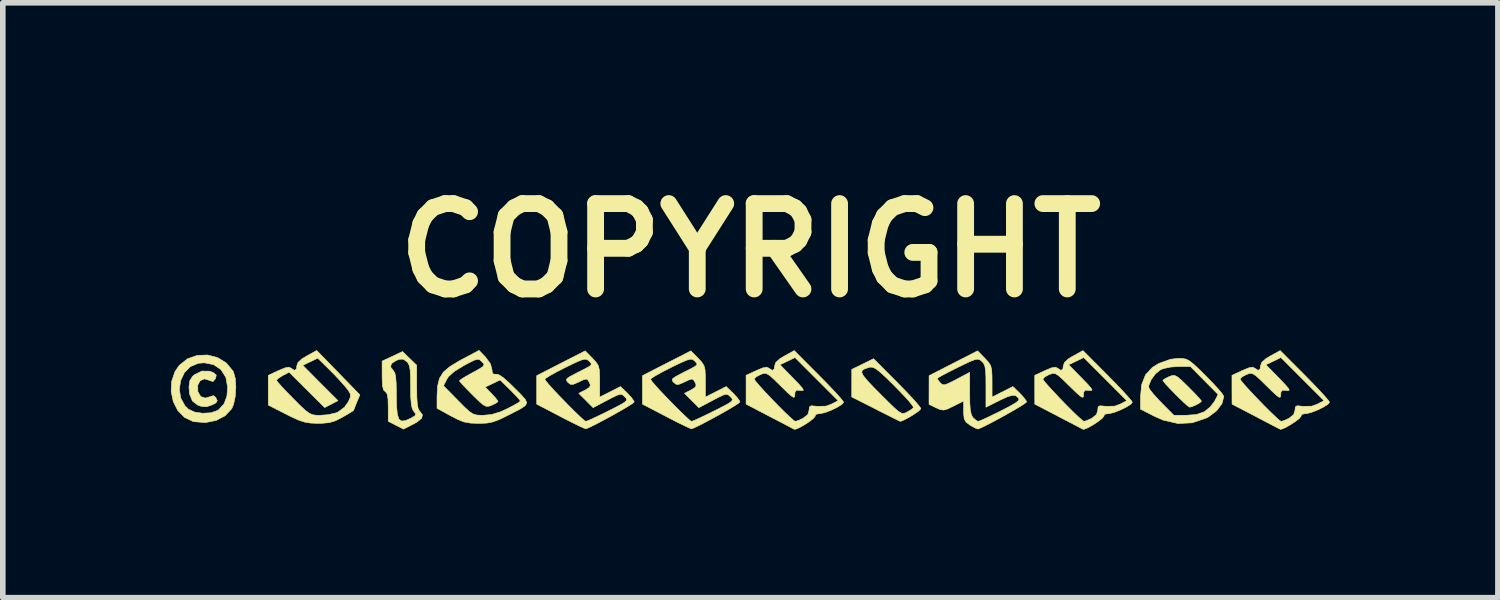
<source format=kicad_pcb>
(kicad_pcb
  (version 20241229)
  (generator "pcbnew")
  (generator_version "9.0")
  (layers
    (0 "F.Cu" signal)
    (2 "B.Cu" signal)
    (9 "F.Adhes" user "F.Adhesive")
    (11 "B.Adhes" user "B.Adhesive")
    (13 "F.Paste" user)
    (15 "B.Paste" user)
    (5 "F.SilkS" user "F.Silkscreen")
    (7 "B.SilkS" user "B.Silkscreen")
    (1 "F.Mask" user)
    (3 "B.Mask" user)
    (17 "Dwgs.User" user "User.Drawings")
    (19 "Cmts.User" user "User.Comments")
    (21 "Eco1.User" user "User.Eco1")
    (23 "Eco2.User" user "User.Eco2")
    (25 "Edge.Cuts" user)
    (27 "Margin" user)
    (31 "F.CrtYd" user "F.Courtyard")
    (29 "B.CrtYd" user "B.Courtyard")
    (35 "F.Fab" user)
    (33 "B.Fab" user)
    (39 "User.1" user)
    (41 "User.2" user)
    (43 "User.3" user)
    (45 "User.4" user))
  (footprint "COPYRIGHT"
    (layer "F.Cu")
    (at 10.338 3.818)
    (property "Reference" "COPYRIGHT" (at 0 -2.4 0) (layer "F.SilkS") (effects (font (size 1.524 1.524) (thickness 0.3))))
    (attr through_hole)
    (fp_poly (pts (xy 7.629 -0.14) (xy 7.701 -0.079) (xy 7.807 0.024) (xy 7.822 0.039) (xy 7.925 0.143) (xy 8.005 0.228) (xy 8.05 0.282) (xy 8.055 0.292) (xy 8.026 0.321) (xy 7.96 0.358) (xy 7.887 0.389) (xy 7.844 0.399) (xy 7.808 0.375) (xy 7.735 0.31) (xy 7.638 0.217) (xy 7.592 0.171) (xy 7.491 0.067) (xy 7.413 -0.017) (xy 7.371 -0.069) (xy 7.366 -0.078) (xy 7.396 -0.105) (xy 7.469 -0.142) (xy 7.477 -0.146) (xy 7.532 -0.166) (xy 7.578 -0.167) (xy 7.629 -0.14)) (stroke (width 0.01) (type solid)) (fill yes) (layer "F.SilkS"))
    (fp_poly (pts (xy -9.643 -0.243) (xy -9.577 -0.216) (xy -9.528 -0.173) (xy -9.542 -0.112) (xy -9.544 -0.108) (xy -9.585 -0.059) (xy -9.64 -0.073) (xy -9.648 -0.079) (xy -9.741 -0.106) (xy -9.816 -0.073) (xy -9.859 0.006) (xy -9.857 0.118) (xy -9.856 0.123) (xy -9.805 0.211) (xy -9.722 0.237) (xy -9.645 0.214) (xy -9.578 0.193) (xy -9.539 0.223) (xy -9.511 0.282) (xy -9.533 0.322) (xy -9.599 0.357) (xy -9.702 0.392) (xy -9.793 0.385) (xy -9.858 0.363) (xy -9.954 0.289) (xy -10.005 0.162) (xy -10.015 0.041) (xy -10.001 -0.073) (xy -9.951 -0.151) (xy -9.919 -0.179) (xy -9.785 -0.245) (xy -9.643 -0.243)) (stroke (width 0.01) (type solid)) (fill yes) (layer "F.SilkS"))
    (fp_poly (pts (xy -9.505 -0.486) (xy -9.349 -0.39) (xy -9.23 -0.246) (xy -9.221 -0.229) (xy -9.189 -0.115) (xy -9.179 0.039) (xy -9.189 0.203) (xy -9.219 0.348) (xy -9.251 0.425) (xy -9.369 0.551) (xy -9.532 0.636) (xy -9.722 0.674) (xy -9.924 0.658) (xy -9.942 0.654) (xy -10.096 0.581) (xy -10.215 0.459) (xy -10.295 0.301) (xy -10.333 0.122) (xy -10.331 0.079) (xy -10.187 0.079) (xy -10.163 0.234) (xy -10.089 0.372) (xy -10.025 0.435) (xy -9.914 0.487) (xy -9.77 0.508) (xy -9.624 0.499) (xy -9.506 0.459) (xy -9.484 0.444) (xy -9.388 0.338) (xy -9.338 0.202) (xy -9.325 0.044) (xy -9.357 -0.133) (xy -9.443 -0.27) (xy -9.575 -0.36) (xy -9.741 -0.393) (xy -9.85 -0.384) (xy -9.992 -0.324) (xy -10.098 -0.216) (xy -10.164 -0.076) (xy -10.187 0.079) (xy -10.331 0.079) (xy -10.324 -0.062) (xy -10.265 -0.236) (xy -10.189 -0.347) (xy -10.042 -0.464) (xy -9.868 -0.525) (xy -9.684 -0.532) (xy -9.505 -0.486)) (stroke (width 0.01) (type solid)) (fill yes) (layer "F.SilkS"))
    (fp_poly (pts (xy 2.625 -0.042) (xy 2.767 0.103) (xy 2.888 0.231) (xy 2.981 0.335) (xy 3.036 0.404) (xy 3.048 0.426) (xy 3.019 0.459) (xy 2.948 0.511) (xy 2.855 0.569) (xy 2.764 0.619) (xy 2.696 0.649) (xy 2.677 0.651) (xy 2.643 0.635) (xy 2.556 0.592) (xy 2.43 0.529) (xy 2.275 0.451) (xy 2.241 0.433) (xy 1.814 0.217) (xy 1.814 -0.223) (xy 1.991 -0.223) (xy 2.019 -0.164) (xy 2.089 -0.078) (xy 2.205 0.045) (xy 2.319 0.16) (xy 2.466 0.307) (xy 2.571 0.408) (xy 2.644 0.472) (xy 2.696 0.504) (xy 2.735 0.512) (xy 2.772 0.501) (xy 2.798 0.488) (xy 2.875 0.442) (xy 2.917 0.406) (xy 2.899 0.371) (xy 2.838 0.295) (xy 2.743 0.19) (xy 2.621 0.064) (xy 2.578 0.02) (xy 2.431 -0.125) (xy 2.324 -0.224) (xy 2.247 -0.284) (xy 2.192 -0.312) (xy 2.148 -0.316) (xy 2.135 -0.314) (xy 2.053 -0.289) (xy 2.004 -0.261) (xy 1.991 -0.223) (xy 1.814 -0.223) (xy 1.814 -0.275) (xy 2.008 -0.37) (xy 2.203 -0.466) (xy 2.625 -0.042)) (stroke (width 0.01) (type solid)) (fill yes) (layer "F.SilkS"))
    (fp_poly (pts (xy 7.719 -0.47) (xy 7.78 -0.458) (xy 7.84 -0.428) (xy 7.912 -0.371) (xy 8.011 -0.279) (xy 8.136 -0.155) (xy 8.258 -0.03) (xy 8.359 0.079) (xy 8.427 0.162) (xy 8.454 0.206) (xy 8.455 0.207) (xy 8.421 0.337) (xy 8.326 0.463) (xy 8.184 0.571) (xy 8.141 0.593) (xy 7.892 0.678) (xy 7.637 0.691) (xy 7.375 0.631) (xy 7.212 0.56) (xy 6.967 0.434) (xy 6.967 0.216) (xy 6.984 0.043) (xy 7.112 0.043) (xy 7.136 0.088) (xy 7.201 0.169) (xy 7.294 0.271) (xy 7.338 0.317) (xy 7.563 0.544) (xy 7.782 0.544) (xy 7.965 0.53) (xy 8.099 0.484) (xy 8.117 0.473) (xy 8.215 0.392) (xy 8.291 0.291) (xy 8.293 0.287) (xy 8.352 0.172) (xy 7.858 -0.327) (xy 7.646 -0.327) (xy 7.506 -0.317) (xy 7.381 -0.291) (xy 7.329 -0.272) (xy 7.236 -0.198) (xy 7.158 -0.093) (xy 7.115 0.013) (xy 7.112 0.043) (xy 6.984 0.043) (xy 6.989 -0.006) (xy 7.057 -0.178) (xy 7.178 -0.309) (xy 7.293 -0.381) (xy 7.507 -0.457) (xy 7.645 -0.472) (xy 7.719 -0.47)) (stroke (width 0.01) (type solid)) (fill yes) (layer "F.SilkS"))
    (fp_poly (pts (xy -5.951 -0.349) (xy -5.951 0.039) (xy -5.948 0.225) (xy -5.94 0.35) (xy -5.924 0.427) (xy -5.899 0.469) (xy -5.896 0.472) (xy -5.848 0.535) (xy -5.863 0.598) (xy -5.946 0.665) (xy -6.015 0.703) (xy -6.187 0.791) (xy -6.323 0.721) (xy -6.459 0.651) (xy -6.459 0.397) (xy -6.463 0.252) (xy -6.478 0.166) (xy -6.505 0.126) (xy -6.513 0.122) (xy -6.543 0.091) (xy -6.561 0.019) (xy -6.567 -0.108) (xy -6.568 -0.161) (xy -6.568 -0.318) (xy -6.417 -0.318) (xy -6.368 -0.254) (xy -6.342 -0.215) (xy -6.326 -0.142) (xy -6.317 -0.022) (xy -6.314 0.158) (xy -6.314 0.179) (xy -6.31 0.386) (xy -6.296 0.528) (xy -6.268 0.613) (xy -6.22 0.647) (xy -6.148 0.638) (xy -6.055 0.596) (xy -5.983 0.554) (xy -5.969 0.521) (xy -6.002 0.475) (xy -6.03 0.428) (xy -6.047 0.349) (xy -6.057 0.226) (xy -6.06 0.046) (xy -6.06 0.03) (xy -6.061 -0.145) (xy -6.068 -0.263) (xy -6.081 -0.338) (xy -6.104 -0.387) (xy -6.131 -0.416) (xy -6.192 -0.458) (xy -6.257 -0.456) (xy -6.313 -0.436) (xy -6.401 -0.38) (xy -6.417 -0.318) (xy -6.568 -0.318) (xy -6.568 -0.423) (xy -6.386 -0.508) (xy -6.204 -0.594) (xy -5.951 -0.349)) (stroke (width 0.01) (type solid)) (fill yes) (layer "F.SilkS"))
    (fp_poly (pts (xy -7.35 -0.217) (xy -6.965 0.179) (xy -7.02 0.311) (xy -7.055 0.398) (xy -7.074 0.449) (xy -7.076 0.455) (xy -7.105 0.476) (xy -7.18 0.522) (xy -7.275 0.577) (xy -7.402 0.642) (xy -7.512 0.675) (xy -7.642 0.687) (xy -7.719 0.688) (xy -7.845 0.683) (xy -7.949 0.666) (xy -8.057 0.631) (xy -8.191 0.57) (xy -8.282 0.524) (xy -8.6 0.362) (xy -8.6 -0.081) (xy -8.455 -0.081) (xy -8.43 -0.047) (xy -8.365 0.027) (xy -8.268 0.13) (xy -8.156 0.244) (xy -8.028 0.372) (xy -7.937 0.457) (xy -7.868 0.508) (xy -7.809 0.534) (xy -7.743 0.543) (xy -7.667 0.544) (xy -7.529 0.533) (xy -7.399 0.503) (xy -7.354 0.485) (xy -7.239 0.399) (xy -7.17 0.301) (xy -7.136 0.222) (xy -7.134 0.167) (xy -7.168 0.105) (xy -7.217 0.042) (xy -7.299 -0.052) (xy -7.409 -0.17) (xy -7.521 -0.283) (xy -7.717 -0.476) (xy -7.985 -0.348) (xy -7.671 -0.032) (xy -7.356 0.283) (xy -7.475 0.345) (xy -7.593 0.406) (xy -7.91 0.091) (xy -8.227 -0.225) (xy -8.341 -0.166) (xy -8.416 -0.12) (xy -8.454 -0.085) (xy -8.455 -0.081) (xy -8.6 -0.081) (xy -8.6 -0.169) (xy -8.418 -0.254) (xy -8.302 -0.302) (xy -8.232 -0.315) (xy -8.193 -0.297) (xy -8.132 -0.257) (xy -8.098 -0.283) (xy -8.091 -0.336) (xy -8.069 -0.4) (xy -7.996 -0.465) (xy -7.913 -0.515) (xy -7.736 -0.613) (xy -7.35 -0.217)) (stroke (width 0.01) (type solid)) (fill yes) (layer "F.SilkS"))
    (fp_poly (pts (xy 4.189 -0.474) (xy 4.254 -0.403) (xy 4.293 -0.343) (xy 4.311 -0.269) (xy 4.317 -0.16) (xy 4.318 -0.061) (xy 4.318 0.219) (xy 4.69 0.031) (xy 4.812 0.149) (xy 4.885 0.228) (xy 4.929 0.289) (xy 4.934 0.306) (xy 4.904 0.332) (xy 4.824 0.384) (xy 4.708 0.453) (xy 4.57 0.531) (xy 4.424 0.612) (xy 4.285 0.686) (xy 4.166 0.746) (xy 4.083 0.784) (xy 4.07 0.789) (xy 4.027 0.776) (xy 3.95 0.735) (xy 3.928 0.722) (xy 3.856 0.668) (xy 3.821 0.609) (xy 3.811 0.517) (xy 3.81 0.468) (xy 3.81 0.289) (xy 3.63 0.38) (xy 3.524 0.431) (xy 3.455 0.451) (xy 3.395 0.443) (xy 3.321 0.411) (xy 3.193 0.349) (xy 3.194 -0.113) (xy 3.338 -0.113) (xy 3.36 -0.076) (xy 3.394 -0.035) (xy 3.427 -0.006) (xy 3.468 0.000292) (xy 3.531 -0.021) (xy 3.635 -0.072) (xy 3.684 -0.098) (xy 3.919 -0.223) (xy 3.919 0.149) (xy 3.921 0.33) (xy 3.93 0.453) (xy 3.948 0.532) (xy 3.975 0.582) (xy 3.979 0.587) (xy 4.037 0.638) (xy 4.07 0.653) (xy 4.114 0.638) (xy 4.207 0.596) (xy 4.336 0.534) (xy 4.467 0.47) (xy 4.626 0.388) (xy 4.729 0.329) (xy 4.783 0.288) (xy 4.798 0.256) (xy 4.788 0.234) (xy 4.743 0.195) (xy 4.685 0.187) (xy 4.599 0.21) (xy 4.47 0.269) (xy 4.426 0.291) (xy 4.209 0.4) (xy 4.209 0.024) (xy 4.208 -0.149) (xy 4.201 -0.265) (xy 4.188 -0.339) (xy 4.164 -0.388) (xy 4.135 -0.419) (xy 4.1 -0.446) (xy 4.064 -0.458) (xy 4.012 -0.45) (xy 3.932 -0.419) (xy 3.808 -0.361) (xy 3.7 -0.308) (xy 3.555 -0.235) (xy 3.438 -0.174) (xy 3.361 -0.13) (xy 3.338 -0.113) (xy 3.194 -0.113) (xy 3.194 -0.163) (xy 3.627 -0.385) (xy 4.06 -0.606) (xy 4.189 -0.474)) (stroke (width 0.01) (type solid)) (fill yes) (layer "F.SilkS"))
    (fp_poly (pts (xy 1.228 -0.169) (xy 1.373 -0.022) (xy 1.497 0.109) (xy 1.594 0.215) (xy 1.653 0.286) (xy 1.669 0.312) (xy 1.638 0.349) (xy 1.56 0.398) (xy 1.456 0.449) (xy 1.35 0.491) (xy 1.261 0.514) (xy 1.228 0.515) (xy 1.171 0.528) (xy 1.161 0.56) (xy 1.132 0.597) (xy 1.061 0.654) (xy 0.968 0.715) (xy 0.877 0.766) (xy 0.809 0.793) (xy 0.79 0.794) (xy 0.756 0.777) (xy 0.67 0.732) (xy 0.544 0.666) (xy 0.39 0.586) (xy 0.354 0.567) (xy -0.072 0.345) (xy -0.072 0.088) (xy -0.072 -0.102) (xy 0.073 -0.102) (xy 0.097 -0.064) (xy 0.162 0.012) (xy 0.256 0.116) (xy 0.368 0.235) (xy 0.488 0.358) (xy 0.602 0.473) (xy 0.701 0.568) (xy 0.773 0.632) (xy 0.806 0.653) (xy 0.858 0.638) (xy 0.94 0.6) (xy 0.945 0.598) (xy 1.03 0.53) (xy 1.052 0.452) (xy 1.058 0.395) (xy 1.09 0.374) (xy 1.169 0.381) (xy 1.192 0.384) (xy 1.354 0.381) (xy 1.451 0.345) (xy 1.571 0.283) (xy 0.801 -0.487) (xy 0.667 -0.422) (xy 0.533 -0.358) (xy 0.765 -0.121) (xy 0.872 -0.01) (xy 0.932 0.059) (xy 0.951 0.094) (xy 0.933 0.104) (xy 0.898 0.1) (xy 0.826 0.096) (xy 0.801 0.132) (xy 0.798 0.176) (xy 0.794 0.215) (xy 0.776 0.224) (xy 0.734 0.198) (xy 0.66 0.131) (xy 0.547 0.021) (xy 0.431 -0.093) (xy 0.352 -0.164) (xy 0.297 -0.198) (xy 0.252 -0.205) (xy 0.203 -0.19) (xy 0.184 -0.183) (xy 0.108 -0.142) (xy 0.073 -0.105) (xy 0.073 -0.102) (xy -0.072 -0.102) (xy -0.073 -0.169) (xy 0.11 -0.254) (xy 0.225 -0.302) (xy 0.295 -0.315) (xy 0.335 -0.297) (xy 0.396 -0.257) (xy 0.429 -0.283) (xy 0.436 -0.336) (xy 0.458 -0.4) (xy 0.532 -0.466) (xy 0.612 -0.514) (xy 0.787 -0.611) (xy 1.228 -0.169)) (stroke (width 0.01) (type solid)) (fill yes) (layer "F.SilkS"))
    (fp_poly (pts (xy 9.901 -0.169) (xy 10.045 -0.022) (xy 10.17 0.109) (xy 10.266 0.215) (xy 10.326 0.286) (xy 10.341 0.312) (xy 10.31 0.349) (xy 10.232 0.398) (xy 10.129 0.449) (xy 10.022 0.491) (xy 9.934 0.514) (xy 9.9 0.515) (xy 9.844 0.528) (xy 9.833 0.56) (xy 9.805 0.597) (xy 9.733 0.654) (xy 9.64 0.715) (xy 9.549 0.766) (xy 9.481 0.793) (xy 9.463 0.794) (xy 9.429 0.777) (xy 9.342 0.732) (xy 9.216 0.666) (xy 9.062 0.586) (xy 9.027 0.567) (xy 8.601 0.345) (xy 8.6 0.088) (xy 8.6 -0.102) (xy 8.745 -0.102) (xy 8.769 -0.064) (xy 8.834 0.012) (xy 8.928 0.116) (xy 9.041 0.235) (xy 9.16 0.358) (xy 9.275 0.473) (xy 9.374 0.568) (xy 9.445 0.632) (xy 9.478 0.653) (xy 9.53 0.638) (xy 9.612 0.6) (xy 9.618 0.598) (xy 9.702 0.53) (xy 9.725 0.452) (xy 9.731 0.395) (xy 9.763 0.374) (xy 9.841 0.381) (xy 9.864 0.384) (xy 10.026 0.381) (xy 10.123 0.345) (xy 10.243 0.283) (xy 9.473 -0.487) (xy 9.339 -0.422) (xy 9.205 -0.358) (xy 9.438 -0.121) (xy 9.544 -0.01) (xy 9.604 0.059) (xy 9.623 0.094) (xy 9.605 0.104) (xy 9.57 0.1) (xy 9.498 0.096) (xy 9.473 0.132) (xy 9.471 0.176) (xy 9.466 0.215) (xy 9.448 0.224) (xy 9.406 0.198) (xy 9.332 0.131) (xy 9.219 0.021) (xy 9.103 -0.093) (xy 9.024 -0.164) (xy 8.969 -0.198) (xy 8.924 -0.205) (xy 8.876 -0.19) (xy 8.856 -0.183) (xy 8.78 -0.142) (xy 8.745 -0.105) (xy 8.745 -0.102) (xy 8.6 -0.102) (xy 8.6 -0.169) (xy 8.782 -0.254) (xy 8.897 -0.302) (xy 8.967 -0.315) (xy 9.007 -0.297) (xy 9.068 -0.257) (xy 9.102 -0.283) (xy 9.108 -0.336) (xy 9.131 -0.4) (xy 9.204 -0.466) (xy 9.284 -0.514) (xy 9.46 -0.611) (xy 9.901 -0.169)) (stroke (width 0.01) (type solid)) (fill yes) (layer "F.SilkS"))
    (fp_poly (pts (xy 6.381 -0.169) (xy 6.525 -0.022) (xy 6.65 0.109) (xy 6.746 0.215) (xy 6.806 0.286) (xy 6.822 0.312) (xy 6.791 0.349) (xy 6.713 0.398) (xy 6.609 0.449) (xy 6.502 0.491) (xy 6.414 0.514) (xy 6.38 0.515) (xy 6.324 0.528) (xy 6.314 0.56) (xy 6.285 0.597) (xy 6.213 0.654) (xy 6.121 0.715) (xy 6.029 0.766) (xy 5.961 0.793) (xy 5.943 0.794) (xy 5.909 0.777) (xy 5.823 0.732) (xy 5.697 0.666) (xy 5.543 0.586) (xy 5.507 0.567) (xy 5.081 0.345) (xy 5.08 0.088) (xy 5.08 -0.102) (xy 5.225 -0.102) (xy 5.249 -0.064) (xy 5.314 0.012) (xy 5.409 0.116) (xy 5.521 0.235) (xy 5.64 0.358) (xy 5.755 0.473) (xy 5.854 0.568) (xy 5.926 0.632) (xy 5.958 0.653) (xy 6.01 0.638) (xy 6.093 0.6) (xy 6.098 0.598) (xy 6.182 0.53) (xy 6.205 0.452) (xy 6.211 0.395) (xy 6.243 0.374) (xy 6.321 0.381) (xy 6.345 0.384) (xy 6.506 0.381) (xy 6.604 0.345) (xy 6.723 0.283) (xy 6.339 -0.102) (xy 5.954 -0.487) (xy 5.819 -0.422) (xy 5.685 -0.358) (xy 5.918 -0.121) (xy 6.025 -0.01) (xy 6.085 0.059) (xy 6.103 0.094) (xy 6.085 0.104) (xy 6.051 0.1) (xy 5.979 0.096) (xy 5.953 0.132) (xy 5.951 0.176) (xy 5.947 0.215) (xy 5.928 0.224) (xy 5.887 0.198) (xy 5.813 0.131) (xy 5.699 0.021) (xy 5.583 -0.093) (xy 5.505 -0.164) (xy 5.45 -0.198) (xy 5.405 -0.205) (xy 5.356 -0.19) (xy 5.337 -0.183) (xy 5.261 -0.142) (xy 5.225 -0.105) (xy 5.225 -0.102) (xy 5.08 -0.102) (xy 5.08 -0.169) (xy 5.262 -0.254) (xy 5.377 -0.302) (xy 5.448 -0.315) (xy 5.487 -0.297) (xy 5.548 -0.257) (xy 5.582 -0.283) (xy 5.589 -0.336) (xy 5.611 -0.4) (xy 5.684 -0.466) (xy 5.764 -0.514) (xy 5.94 -0.611) (xy 6.381 -0.169)) (stroke (width 0.01) (type solid)) (fill yes) (layer "F.SilkS"))
    (fp_poly (pts (xy -2.814 -0.474) (xy -2.749 -0.403) (xy -2.71 -0.343) (xy -2.692 -0.269) (xy -2.686 -0.16) (xy -2.685 -0.061) (xy -2.685 0.219) (xy -2.313 0.031) (xy -2.191 0.149) (xy -2.118 0.228) (xy -2.075 0.289) (xy -2.069 0.306) (xy -2.099 0.333) (xy -2.179 0.384) (xy -2.295 0.453) (xy -2.433 0.531) (xy -2.577 0.61) (xy -2.715 0.683) (xy -2.831 0.742) (xy -2.911 0.778) (xy -2.933 0.785) (xy -2.972 0.771) (xy -3.063 0.729) (xy -3.193 0.665) (xy -3.349 0.585) (xy -3.383 0.567) (xy -3.809 0.345) (xy -3.809 -0.099) (xy -3.665 -0.099) (xy -3.641 -0.062) (xy -3.576 0.014) (xy -3.482 0.117) (xy -3.369 0.235) (xy -3.25 0.358) (xy -3.136 0.472) (xy -3.037 0.567) (xy -2.965 0.632) (xy -2.933 0.653) (xy -2.89 0.638) (xy -2.796 0.596) (xy -2.667 0.534) (xy -2.534 0.469) (xy -2.376 0.389) (xy -2.274 0.334) (xy -2.219 0.295) (xy -2.202 0.266) (xy -2.214 0.239) (xy -2.237 0.215) (xy -2.274 0.181) (xy -2.312 0.169) (xy -2.367 0.183) (xy -2.455 0.225) (xy -2.554 0.277) (xy -2.802 0.408) (xy -2.93 0.28) (xy -3.058 0.152) (xy -2.943 0.093) (xy -2.869 0.047) (xy -2.851 0.005) (xy -2.867 -0.038) (xy -2.896 -0.087) (xy -2.926 -0.103) (xy -2.98 -0.088) (xy -3.066 -0.047) (xy -3.152 -0.01) (xy -3.203 -0.007) (xy -3.247 -0.038) (xy -3.253 -0.044) (xy -3.278 -0.077) (xy -3.271 -0.108) (xy -3.22 -0.145) (xy -3.117 -0.2) (xy -3.08 -0.219) (xy -2.947 -0.286) (xy -2.869 -0.329) (xy -2.836 -0.359) (xy -2.839 -0.384) (xy -2.867 -0.416) (xy -2.878 -0.426) (xy -2.909 -0.45) (xy -2.946 -0.458) (xy -3.004 -0.445) (xy -3.094 -0.408) (xy -3.231 -0.343) (xy -3.302 -0.308) (xy -3.447 -0.234) (xy -3.565 -0.169) (xy -3.642 -0.121) (xy -3.665 -0.099) (xy -3.809 -0.099) (xy -3.809 -0.163) (xy -3.376 -0.385) (xy -2.943 -0.606) (xy -2.814 -0.474)) (stroke (width 0.01) (type solid)) (fill yes) (layer "F.SilkS"))
    (fp_poly (pts (xy -0.927 -0.474) (xy -0.862 -0.403) (xy -0.824 -0.343) (xy -0.805 -0.269) (xy -0.799 -0.16) (xy -0.798 -0.061) (xy -0.798 0.219) (xy -0.427 0.031) (xy -0.304 0.149) (xy -0.231 0.228) (xy -0.188 0.289) (xy -0.182 0.306) (xy -0.212 0.333) (xy -0.292 0.384) (xy -0.408 0.453) (xy -0.546 0.531) (xy -0.691 0.61) (xy -0.828 0.683) (xy -0.944 0.742) (xy -1.024 0.778) (xy -1.046 0.785) (xy -1.086 0.771) (xy -1.176 0.729) (xy -1.306 0.665) (xy -1.462 0.585) (xy -1.496 0.567) (xy -1.922 0.345) (xy -1.922 -0.099) (xy -1.778 -0.099) (xy -1.754 -0.062) (xy -1.689 0.014) (xy -1.595 0.117) (xy -1.482 0.235) (xy -1.363 0.358) (xy -1.249 0.472) (xy -1.15 0.567) (xy -1.078 0.632) (xy -1.046 0.653) (xy -1.003 0.638) (xy -0.909 0.596) (xy -0.78 0.534) (xy -0.647 0.469) (xy -0.489 0.389) (xy -0.387 0.334) (xy -0.332 0.295) (xy -0.315 0.266) (xy -0.327 0.239) (xy -0.35 0.215) (xy -0.387 0.181) (xy -0.425 0.169) (xy -0.48 0.183) (xy -0.569 0.225) (xy -0.667 0.277) (xy -0.915 0.408) (xy -1.043 0.28) (xy -1.171 0.152) (xy -1.057 0.093) (xy -0.982 0.047) (xy -0.964 0.005) (xy -0.98 -0.038) (xy -1.009 -0.087) (xy -1.039 -0.103) (xy -1.093 -0.088) (xy -1.179 -0.047) (xy -1.266 -0.01) (xy -1.317 -0.007) (xy -1.36 -0.038) (xy -1.366 -0.044) (xy -1.391 -0.077) (xy -1.384 -0.108) (xy -1.334 -0.145) (xy -1.23 -0.2) (xy -1.193 -0.219) (xy -1.06 -0.286) (xy -0.982 -0.329) (xy -0.949 -0.359) (xy -0.952 -0.384) (xy -0.981 -0.416) (xy -0.991 -0.426) (xy -1.022 -0.45) (xy -1.059 -0.458) (xy -1.117 -0.445) (xy -1.207 -0.408) (xy -1.344 -0.343) (xy -1.415 -0.308) (xy -1.56 -0.234) (xy -1.678 -0.169) (xy -1.755 -0.121) (xy -1.778 -0.099) (xy -1.922 -0.099) (xy -1.922 -0.163) (xy -1.489 -0.385) (xy -1.057 -0.606) (xy -0.927 -0.474)) (stroke (width 0.01) (type solid)) (fill yes) (layer "F.SilkS"))
    (fp_poly (pts (xy -4.724 -0.496) (xy -4.635 -0.375) (xy -4.608 -0.275) (xy -4.599 -0.203) (xy -4.562 -0.187) (xy -4.54 -0.191) (xy -4.488 -0.182) (xy -4.409 -0.131) (xy -4.298 -0.032) (xy -4.204 0.06) (xy -4.086 0.178) (xy -4.013 0.26) (xy -3.987 0.319) (xy -4.011 0.37) (xy -4.09 0.424) (xy -4.226 0.495) (xy -4.326 0.546) (xy -4.476 0.619) (xy -4.591 0.662) (xy -4.698 0.683) (xy -4.825 0.689) (xy -4.852 0.689) (xy -4.994 0.683) (xy -5.106 0.663) (xy -5.219 0.618) (xy -5.343 0.554) (xy -5.588 0.42) (xy -5.588 0.211) (xy -5.579 0.026) (xy -5.577 0.018) (xy -5.472 0.018) (xy -5.213 0.281) (xy -5.095 0.4) (xy -5.012 0.476) (xy -4.947 0.519) (xy -4.884 0.539) (xy -4.808 0.544) (xy -4.764 0.544) (xy -4.613 0.53) (xy -4.458 0.483) (xy -4.337 0.428) (xy -4.222 0.368) (xy -4.138 0.32) (xy -4.101 0.292) (xy -4.1 0.29) (xy -4.124 0.256) (xy -4.187 0.187) (xy -4.276 0.096) (xy -4.281 0.091) (xy -4.462 -0.087) (xy -4.595 -0.023) (xy -4.728 0.04) (xy -4.614 0.158) (xy -4.545 0.233) (xy -4.504 0.286) (xy -4.499 0.297) (xy -4.529 0.323) (xy -4.602 0.36) (xy -4.611 0.364) (xy -4.666 0.384) (xy -4.711 0.384) (xy -4.763 0.358) (xy -4.834 0.297) (xy -4.941 0.194) (xy -4.956 0.179) (xy -5.058 0.075) (xy -5.138 -0.009) (xy -5.183 -0.062) (xy -5.189 -0.072) (xy -5.159 -0.097) (xy -5.081 -0.146) (xy -4.971 -0.208) (xy -4.954 -0.217) (xy -4.834 -0.283) (xy -4.769 -0.326) (xy -4.749 -0.358) (xy -4.765 -0.389) (xy -4.787 -0.412) (xy -4.824 -0.445) (xy -4.861 -0.456) (xy -4.917 -0.442) (xy -5.006 -0.399) (xy -5.109 -0.344) (xy -5.277 -0.241) (xy -5.382 -0.148) (xy -5.417 -0.094) (xy -5.472 0.018) (xy -5.577 0.018) (xy -5.545 -0.113) (xy -5.476 -0.225) (xy -5.361 -0.324) (xy -5.189 -0.428) (xy -5.158 -0.445) (xy -4.839 -0.615) (xy -4.724 -0.496)) (stroke (width 0.01) (type solid)) (fill yes) (layer "F.SilkS")))
  (gr_rect
    (start -3 -3)
    (end 23.684 7.617)
    (stroke (width 0.1) (type default))
    (fill no)
    (layer "Edge.Cuts")))
</source>
